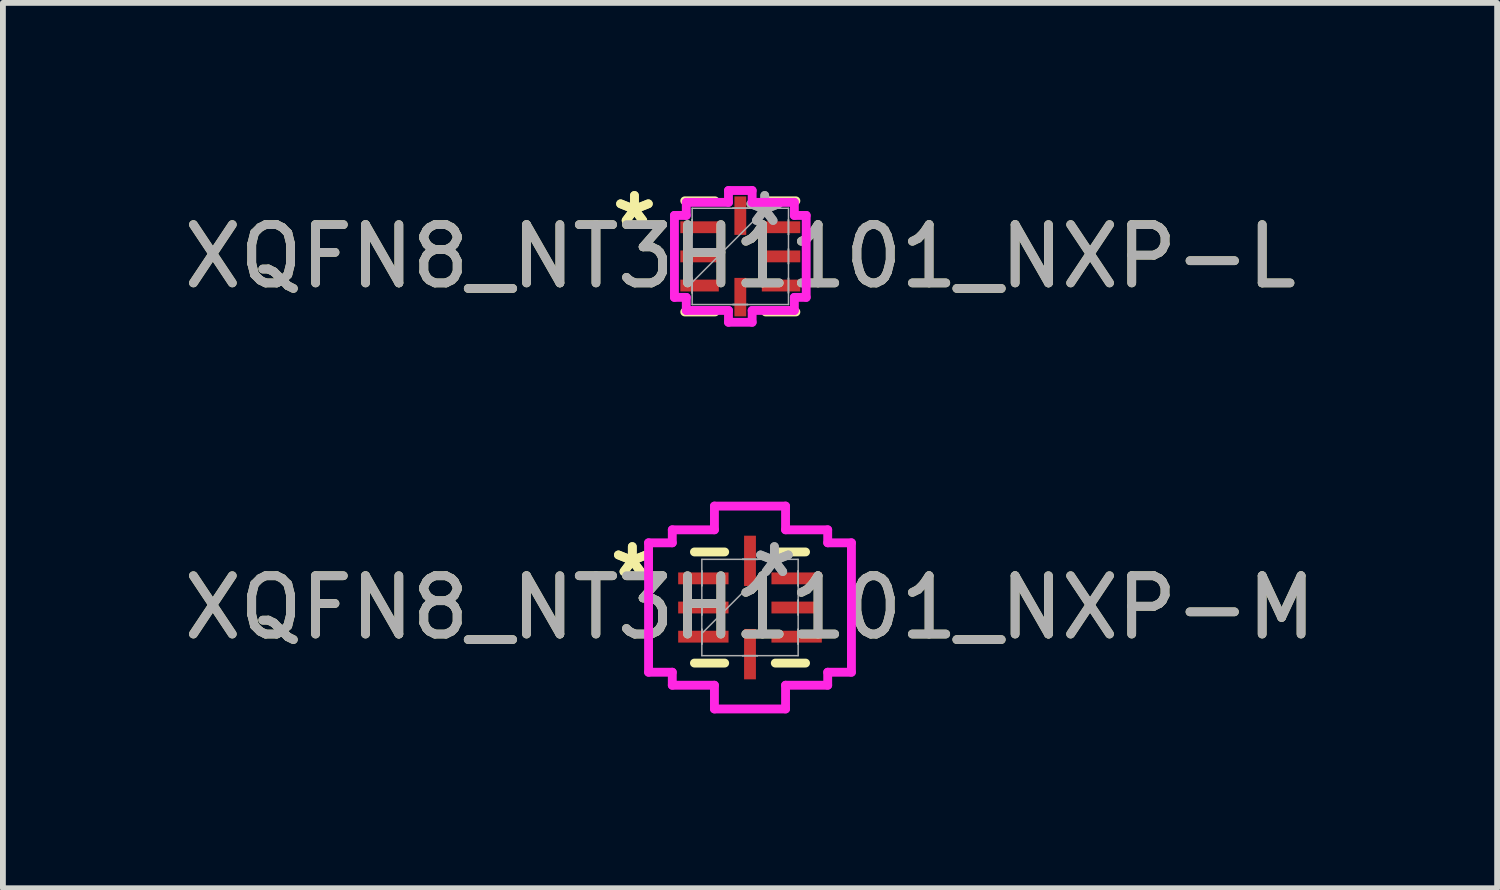
<source format=kicad_pcb>
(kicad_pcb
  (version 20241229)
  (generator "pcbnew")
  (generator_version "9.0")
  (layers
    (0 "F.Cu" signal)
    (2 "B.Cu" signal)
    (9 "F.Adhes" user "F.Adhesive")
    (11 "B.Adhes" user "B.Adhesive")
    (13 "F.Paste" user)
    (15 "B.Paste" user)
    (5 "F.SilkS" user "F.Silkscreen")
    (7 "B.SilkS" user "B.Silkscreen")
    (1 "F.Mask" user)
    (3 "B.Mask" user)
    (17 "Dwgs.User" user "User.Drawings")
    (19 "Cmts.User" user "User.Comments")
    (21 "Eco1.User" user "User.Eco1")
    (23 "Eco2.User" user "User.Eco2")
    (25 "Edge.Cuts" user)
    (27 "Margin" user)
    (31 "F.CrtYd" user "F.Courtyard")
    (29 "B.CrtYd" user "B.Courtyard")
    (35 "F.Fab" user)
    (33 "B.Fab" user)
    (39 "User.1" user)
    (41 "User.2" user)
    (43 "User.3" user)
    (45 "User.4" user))
  (footprint "XQFN8_NT3H1101_NXP-M"
    (layer "F.Cu")
    (at 9.815 7.371)
    (property "Reference" "XQFN8_NT3H1101_NXP-M" (at 0 0 0) (unlocked yes) (layer "F.SilkS") (effects (font (size 1 1) (thickness 0.15))))
    (attr smd)
    (fp_line (start -0.953 0.953) (end -0.434 0.953) (stroke (width 0.152) (type solid)) (layer "F.SilkS"))
    (fp_line (start -0.434 -0.953) (end -0.953 -0.953) (stroke (width 0.152) (type solid)) (layer "F.SilkS"))
    (fp_line (start 0.434 0.953) (end 0.953 0.953) (stroke (width 0.152) (type solid)) (layer "F.SilkS"))
    (fp_line (start 0.953 -0.953) (end 0.434 -0.953) (stroke (width 0.152) (type solid)) (layer "F.SilkS"))
    (fp_line (start -1.74 -1.11) (end -1.333 -1.11) (stroke (width 0.152) (type solid)) (layer "F.CrtYd"))
    (fp_line (start -1.74 1.11) (end -1.74 -1.11) (stroke (width 0.152) (type solid)) (layer "F.CrtYd"))
    (fp_line (start -1.333 -1.333) (end -0.61 -1.333) (stroke (width 0.152) (type solid)) (layer "F.CrtYd"))
    (fp_line (start -1.333 -1.11) (end -1.333 -1.333) (stroke (width 0.152) (type solid)) (layer "F.CrtYd"))
    (fp_line (start -1.333 1.11) (end -1.74 1.11) (stroke (width 0.152) (type solid)) (layer "F.CrtYd"))
    (fp_line (start -1.333 1.333) (end -1.333 1.11) (stroke (width 0.152) (type solid)) (layer "F.CrtYd"))
    (fp_line (start -0.61 -1.74) (end 0.61 -1.74) (stroke (width 0.152) (type solid)) (layer "F.CrtYd"))
    (fp_line (start -0.61 -1.333) (end -0.61 -1.74) (stroke (width 0.152) (type solid)) (layer "F.CrtYd"))
    (fp_line (start -0.61 1.333) (end -1.333 1.333) (stroke (width 0.152) (type solid)) (layer "F.CrtYd"))
    (fp_line (start -0.61 1.74) (end -0.61 1.333) (stroke (width 0.152) (type solid)) (layer "F.CrtYd"))
    (fp_line (start 0.61 -1.74) (end 0.61 -1.333) (stroke (width 0.152) (type solid)) (layer "F.CrtYd"))
    (fp_line (start 0.61 -1.333) (end 1.333 -1.333) (stroke (width 0.152) (type solid)) (layer "F.CrtYd"))
    (fp_line (start 0.61 1.333) (end 0.61 1.74) (stroke (width 0.152) (type solid)) (layer "F.CrtYd"))
    (fp_line (start 0.61 1.74) (end -0.61 1.74) (stroke (width 0.152) (type solid)) (layer "F.CrtYd"))
    (fp_line (start 1.333 -1.333) (end 1.333 -1.11) (stroke (width 0.152) (type solid)) (layer "F.CrtYd"))
    (fp_line (start 1.333 -1.11) (end 1.74 -1.11) (stroke (width 0.152) (type solid)) (layer "F.CrtYd"))
    (fp_line (start 1.333 1.11) (end 1.333 1.333) (stroke (width 0.152) (type solid)) (layer "F.CrtYd"))
    (fp_line (start 1.333 1.333) (end 0.61 1.333) (stroke (width 0.152) (type solid)) (layer "F.CrtYd"))
    (fp_line (start 1.74 -1.11) (end 1.74 1.11) (stroke (width 0.152) (type solid)) (layer "F.CrtYd"))
    (fp_line (start 1.74 1.11) (end 1.333 1.11) (stroke (width 0.152) (type solid)) (layer "F.CrtYd"))
    (fp_line (start -0.826 -0.826) (end -0.826 0.826) (stroke (width 0.025) (type solid)) (layer "F.Fab"))
    (fp_line (start -0.826 -0.627) (end -0.826 -0.627) (stroke (width 0.025) (type solid)) (layer "F.Fab"))
    (fp_line (start -0.826 -0.627) (end -0.826 -0.373) (stroke (width 0.025) (type solid)) (layer "F.Fab"))
    (fp_line (start -0.826 -0.373) (end -0.826 -0.627) (stroke (width 0.025) (type solid)) (layer "F.Fab"))
    (fp_line (start -0.826 -0.373) (end -0.826 -0.373) (stroke (width 0.025) (type solid)) (layer "F.Fab"))
    (fp_line (start -0.826 -0.127) (end -0.826 -0.127) (stroke (width 0.025) (type solid)) (layer "F.Fab"))
    (fp_line (start -0.826 -0.127) (end -0.826 0.127) (stroke (width 0.025) (type solid)) (layer "F.Fab"))
    (fp_line (start -0.826 0.127) (end -0.826 -0.127) (stroke (width 0.025) (type solid)) (layer "F.Fab"))
    (fp_line (start -0.826 0.127) (end -0.826 0.127) (stroke (width 0.025) (type solid)) (layer "F.Fab"))
    (fp_line (start -0.826 0.373) (end -0.826 0.373) (stroke (width 0.025) (type solid)) (layer "F.Fab"))
    (fp_line (start -0.826 0.373) (end -0.826 0.627) (stroke (width 0.025) (type solid)) (layer "F.Fab"))
    (fp_line (start -0.826 0.445) (end 0.445 -0.826) (stroke (width 0.025) (type solid)) (layer "F.Fab"))
    (fp_line (start -0.826 0.627) (end -0.826 0.373) (stroke (width 0.025) (type solid)) (layer "F.Fab"))
    (fp_line (start -0.826 0.627) (end -0.826 0.627) (stroke (width 0.025) (type solid)) (layer "F.Fab"))
    (fp_line (start -0.826 0.826) (end 0.826 0.826) (stroke (width 0.025) (type solid)) (layer "F.Fab"))
    (fp_line (start -0.127 -0.826) (end -0.127 -0.826) (stroke (width 0.025) (type solid)) (layer "F.Fab"))
    (fp_line (start -0.127 -0.826) (end 0.127 -0.826) (stroke (width 0.025) (type solid)) (layer "F.Fab"))
    (fp_line (start -0.127 0.826) (end -0.127 0.826) (stroke (width 0.025) (type solid)) (layer "F.Fab"))
    (fp_line (start -0.127 0.826) (end 0.127 0.826) (stroke (width 0.025) (type solid)) (layer "F.Fab"))
    (fp_line (start 0.127 -0.826) (end -0.127 -0.826) (stroke (width 0.025) (type solid)) (layer "F.Fab"))
    (fp_line (start 0.127 -0.826) (end 0.127 -0.826) (stroke (width 0.025) (type solid)) (layer "F.Fab"))
    (fp_line (start 0.127 0.826) (end -0.127 0.826) (stroke (width 0.025) (type solid)) (layer "F.Fab"))
    (fp_line (start 0.127 0.826) (end 0.127 0.826) (stroke (width 0.025) (type solid)) (layer "F.Fab"))
    (fp_line (start 0.826 -0.826) (end -0.826 -0.826) (stroke (width 0.025) (type solid)) (layer "F.Fab"))
    (fp_line (start 0.826 -0.627) (end 0.826 -0.627) (stroke (width 0.025) (type solid)) (layer "F.Fab"))
    (fp_line (start 0.826 -0.627) (end 0.826 -0.373) (stroke (width 0.025) (type solid)) (layer "F.Fab"))
    (fp_line (start 0.826 -0.373) (end 0.826 -0.627) (stroke (width 0.025) (type solid)) (layer "F.Fab"))
    (fp_line (start 0.826 -0.373) (end 0.826 -0.373) (stroke (width 0.025) (type solid)) (layer "F.Fab"))
    (fp_line (start 0.826 -0.127) (end 0.826 -0.127) (stroke (width 0.025) (type solid)) (layer "F.Fab"))
    (fp_line (start 0.826 -0.127) (end 0.826 0.127) (stroke (width 0.025) (type solid)) (layer "F.Fab"))
    (fp_line (start 0.826 0.127) (end 0.826 -0.127) (stroke (width 0.025) (type solid)) (layer "F.Fab"))
    (fp_line (start 0.826 0.127) (end 0.826 0.127) (stroke (width 0.025) (type solid)) (layer "F.Fab"))
    (fp_line (start 0.826 0.373) (end 0.826 0.373) (stroke (width 0.025) (type solid)) (layer "F.Fab"))
    (fp_line (start 0.826 0.373) (end 0.826 0.627) (stroke (width 0.025) (type solid)) (layer "F.Fab"))
    (fp_line (start 0.826 0.627) (end 0.826 0.373) (stroke (width 0.025) (type solid)) (layer "F.Fab"))
    (fp_line (start 0.826 0.627) (end 0.826 0.627) (stroke (width 0.025) (type solid)) (layer "F.Fab"))
    (fp_line (start 0.826 0.826) (end 0.826 -0.826) (stroke (width 0.025) (type solid)) (layer "F.Fab"))
    (fp_text user "*" (at -2.019 -0.5 0) (layer "F.SilkS") (effects (font (size 1 1) (thickness 0.15))))
    (fp_text user "*" (at -2.019 -0.5 0) (unlocked yes) (layer "F.SilkS") (effects (font (size 1 1) (thickness 0.15))))
    (fp_text user "${REFERENCE}" (at 0 0 0) (unlocked yes) (layer "F.Fab") (effects (font (size 1 1) (thickness 0.15))))
    (fp_text user "*" (at 0.419 -0.5 0) (layer "F.Fab") (effects (font (size 1 1) (thickness 0.15))))
    (fp_text user "*" (at 0.419 -0.5 0) (unlocked yes) (layer "F.Fab") (effects (font (size 1 1) (thickness 0.15))))
    (pad "1" smd rect (at -0.8 -0.5 90) (size 0.203 0.864) (layers "F.Cu" "F.Mask" "F.Paste"))
    (pad "2" smd rect (at -0.8 0 90) (size 0.203 0.864) (layers "F.Cu" "F.Mask" "F.Paste"))
    (pad "3" smd rect (at -0.8 0.5 90) (size 0.203 0.864) (layers "F.Cu" "F.Mask" "F.Paste"))
    (pad "4" smd rect (at 0 0.8) (size 0.203 0.864) (layers "F.Cu" "F.Mask" "F.Paste"))
    (pad "5" smd rect (at 0.8 0.5 90) (size 0.203 0.864) (layers "F.Cu" "F.Mask" "F.Paste"))
    (pad "6" smd rect (at 0.8 0 90) (size 0.203 0.864) (layers "F.Cu" "F.Mask" "F.Paste"))
    (pad "7" smd rect (at 0.8 -0.5 90) (size 0.203 0.864) (layers "F.Cu" "F.Mask" "F.Paste"))
    (pad "8" smd rect (at 0 -0.8) (size 0.203 0.864) (layers "F.Cu" "F.Mask" "F.Paste")))
  (footprint "XQFN8_NT3H1101_NXP-L"
    (layer "F.Cu")
    (at 9.649 1.348)
    (property "Reference" "XQFN8_NT3H1101_NXP-L" (at 0 0 0) (unlocked yes) (layer "F.SilkS") (effects (font (size 1 1) (thickness 0.15))))
    (attr smd)
    (fp_line (start -0.953 0.953) (end -0.434 0.953) (stroke (width 0.152) (type solid)) (layer "F.SilkS"))
    (fp_line (start -0.434 -0.953) (end -0.953 -0.953) (stroke (width 0.152) (type solid)) (layer "F.SilkS"))
    (fp_line (start 0.434 0.953) (end 0.953 0.953) (stroke (width 0.152) (type solid)) (layer "F.SilkS"))
    (fp_line (start 0.953 -0.953) (end 0.434 -0.953) (stroke (width 0.152) (type solid)) (layer "F.SilkS"))
    (fp_line (start -1.13 -0.703) (end -0.927 -0.703) (stroke (width 0.152) (type solid)) (layer "F.CrtYd"))
    (fp_line (start -1.13 0.703) (end -1.13 -0.703) (stroke (width 0.152) (type solid)) (layer "F.CrtYd"))
    (fp_line (start -0.927 -0.927) (end -0.203 -0.927) (stroke (width 0.152) (type solid)) (layer "F.CrtYd"))
    (fp_line (start -0.927 -0.703) (end -0.927 -0.927) (stroke (width 0.152) (type solid)) (layer "F.CrtYd"))
    (fp_line (start -0.927 0.703) (end -1.13 0.703) (stroke (width 0.152) (type solid)) (layer "F.CrtYd"))
    (fp_line (start -0.927 0.927) (end -0.927 0.703) (stroke (width 0.152) (type solid)) (layer "F.CrtYd"))
    (fp_line (start -0.203 -1.13) (end 0.203 -1.13) (stroke (width 0.152) (type solid)) (layer "F.CrtYd"))
    (fp_line (start -0.203 -0.927) (end -0.203 -1.13) (stroke (width 0.152) (type solid)) (layer "F.CrtYd"))
    (fp_line (start -0.203 0.927) (end -0.927 0.927) (stroke (width 0.152) (type solid)) (layer "F.CrtYd"))
    (fp_line (start -0.203 1.13) (end -0.203 0.927) (stroke (width 0.152) (type solid)) (layer "F.CrtYd"))
    (fp_line (start 0.203 -1.13) (end 0.203 -0.927) (stroke (width 0.152) (type solid)) (layer "F.CrtYd"))
    (fp_line (start 0.203 -0.927) (end 0.927 -0.927) (stroke (width 0.152) (type solid)) (layer "F.CrtYd"))
    (fp_line (start 0.203 0.927) (end 0.203 1.13) (stroke (width 0.152) (type solid)) (layer "F.CrtYd"))
    (fp_line (start 0.203 1.13) (end -0.203 1.13) (stroke (width 0.152) (type solid)) (layer "F.CrtYd"))
    (fp_line (start 0.927 -0.927) (end 0.927 -0.703) (stroke (width 0.152) (type solid)) (layer "F.CrtYd"))
    (fp_line (start 0.927 -0.703) (end 1.13 -0.703) (stroke (width 0.152) (type solid)) (layer "F.CrtYd"))
    (fp_line (start 0.927 0.703) (end 0.927 0.927) (stroke (width 0.152) (type solid)) (layer "F.CrtYd"))
    (fp_line (start 0.927 0.927) (end 0.203 0.927) (stroke (width 0.152) (type solid)) (layer "F.CrtYd"))
    (fp_line (start 1.13 -0.703) (end 1.13 0.703) (stroke (width 0.152) (type solid)) (layer "F.CrtYd"))
    (fp_line (start 1.13 0.703) (end 0.927 0.703) (stroke (width 0.152) (type solid)) (layer "F.CrtYd"))
    (fp_line (start -0.826 -0.826) (end -0.826 0.826) (stroke (width 0.025) (type solid)) (layer "F.Fab"))
    (fp_line (start -0.826 -0.627) (end -0.826 -0.627) (stroke (width 0.025) (type solid)) (layer "F.Fab"))
    (fp_line (start -0.826 -0.627) (end -0.826 -0.373) (stroke (width 0.025) (type solid)) (layer "F.Fab"))
    (fp_line (start -0.826 -0.373) (end -0.826 -0.627) (stroke (width 0.025) (type solid)) (layer "F.Fab"))
    (fp_line (start -0.826 -0.373) (end -0.826 -0.373) (stroke (width 0.025) (type solid)) (layer "F.Fab"))
    (fp_line (start -0.826 -0.127) (end -0.826 -0.127) (stroke (width 0.025) (type solid)) (layer "F.Fab"))
    (fp_line (start -0.826 -0.127) (end -0.826 0.127) (stroke (width 0.025) (type solid)) (layer "F.Fab"))
    (fp_line (start -0.826 0.127) (end -0.826 -0.127) (stroke (width 0.025) (type solid)) (layer "F.Fab"))
    (fp_line (start -0.826 0.127) (end -0.826 0.127) (stroke (width 0.025) (type solid)) (layer "F.Fab"))
    (fp_line (start -0.826 0.373) (end -0.826 0.373) (stroke (width 0.025) (type solid)) (layer "F.Fab"))
    (fp_line (start -0.826 0.373) (end -0.826 0.627) (stroke (width 0.025) (type solid)) (layer "F.Fab"))
    (fp_line (start -0.826 0.445) (end 0.445 -0.826) (stroke (width 0.025) (type solid)) (layer "F.Fab"))
    (fp_line (start -0.826 0.627) (end -0.826 0.373) (stroke (width 0.025) (type solid)) (layer "F.Fab"))
    (fp_line (start -0.826 0.627) (end -0.826 0.627) (stroke (width 0.025) (type solid)) (layer "F.Fab"))
    (fp_line (start -0.826 0.826) (end 0.826 0.826) (stroke (width 0.025) (type solid)) (layer "F.Fab"))
    (fp_line (start -0.127 -0.826) (end -0.127 -0.826) (stroke (width 0.025) (type solid)) (layer "F.Fab"))
    (fp_line (start -0.127 -0.826) (end 0.127 -0.826) (stroke (width 0.025) (type solid)) (layer "F.Fab"))
    (fp_line (start -0.127 0.826) (end -0.127 0.826) (stroke (width 0.025) (type solid)) (layer "F.Fab"))
    (fp_line (start -0.127 0.826) (end 0.127 0.826) (stroke (width 0.025) (type solid)) (layer "F.Fab"))
    (fp_line (start 0.127 -0.826) (end -0.127 -0.826) (stroke (width 0.025) (type solid)) (layer "F.Fab"))
    (fp_line (start 0.127 -0.826) (end 0.127 -0.826) (stroke (width 0.025) (type solid)) (layer "F.Fab"))
    (fp_line (start 0.127 0.826) (end -0.127 0.826) (stroke (width 0.025) (type solid)) (layer "F.Fab"))
    (fp_line (start 0.127 0.826) (end 0.127 0.826) (stroke (width 0.025) (type solid)) (layer "F.Fab"))
    (fp_line (start 0.826 -0.826) (end -0.826 -0.826) (stroke (width 0.025) (type solid)) (layer "F.Fab"))
    (fp_line (start 0.826 -0.627) (end 0.826 -0.627) (stroke (width 0.025) (type solid)) (layer "F.Fab"))
    (fp_line (start 0.826 -0.627) (end 0.826 -0.373) (stroke (width 0.025) (type solid)) (layer "F.Fab"))
    (fp_line (start 0.826 -0.373) (end 0.826 -0.627) (stroke (width 0.025) (type solid)) (layer "F.Fab"))
    (fp_line (start 0.826 -0.373) (end 0.826 -0.373) (stroke (width 0.025) (type solid)) (layer "F.Fab"))
    (fp_line (start 0.826 -0.127) (end 0.826 -0.127) (stroke (width 0.025) (type solid)) (layer "F.Fab"))
    (fp_line (start 0.826 -0.127) (end 0.826 0.127) (stroke (width 0.025) (type solid)) (layer "F.Fab"))
    (fp_line (start 0.826 0.127) (end 0.826 -0.127) (stroke (width 0.025) (type solid)) (layer "F.Fab"))
    (fp_line (start 0.826 0.127) (end 0.826 0.127) (stroke (width 0.025) (type solid)) (layer "F.Fab"))
    (fp_line (start 0.826 0.373) (end 0.826 0.373) (stroke (width 0.025) (type solid)) (layer "F.Fab"))
    (fp_line (start 0.826 0.373) (end 0.826 0.627) (stroke (width 0.025) (type solid)) (layer "F.Fab"))
    (fp_line (start 0.826 0.627) (end 0.826 0.373) (stroke (width 0.025) (type solid)) (layer "F.Fab"))
    (fp_line (start 0.826 0.627) (end 0.826 0.627) (stroke (width 0.025) (type solid)) (layer "F.Fab"))
    (fp_line (start 0.826 0.826) (end 0.826 -0.826) (stroke (width 0.025) (type solid)) (layer "F.Fab"))
    (fp_text user "*" (at -1.816 -0.5 0) (unlocked yes) (layer "F.SilkS") (effects (font (size 1 1) (thickness 0.15))))
    (fp_text user "*" (at -1.816 -0.5 0) (layer "F.SilkS") (effects (font (size 1 1) (thickness 0.15))))
    (fp_text user "*" (at 0.419 -0.5 0) (unlocked yes) (layer "F.Fab") (effects (font (size 1 1) (thickness 0.15))))
    (fp_text user "*" (at 0.419 -0.5 0) (layer "F.Fab") (effects (font (size 1 1) (thickness 0.15))))
    (fp_text user "${REFERENCE}" (at 0 0 0) (unlocked yes) (layer "F.Fab") (effects (font (size 1 1) (thickness 0.15))))
    (pad "1" smd rect (at -0.699 -0.5 90) (size 0.203 0.66) (layers "F.Cu" "F.Mask" "F.Paste"))
    (pad "2" smd rect (at -0.699 0 90) (size 0.203 0.66) (layers "F.Cu" "F.Mask" "F.Paste"))
    (pad "3" smd rect (at -0.699 0.5 90) (size 0.203 0.66) (layers "F.Cu" "F.Mask" "F.Paste"))
    (pad "4" smd rect (at 0 0.699) (size 0.203 0.66) (layers "F.Cu" "F.Mask" "F.Paste"))
    (pad "5" smd rect (at 0.699 0.5 90) (size 0.203 0.66) (layers "F.Cu" "F.Mask" "F.Paste"))
    (pad "6" smd rect (at 0.699 0 90) (size 0.203 0.66) (layers "F.Cu" "F.Mask" "F.Paste"))
    (pad "7" smd rect (at 0.699 -0.5 90) (size 0.203 0.66) (layers "F.Cu" "F.Mask" "F.Paste"))
    (pad "8" smd rect (at 0 -0.699) (size 0.203 0.66) (layers "F.Cu" "F.Mask" "F.Paste")))
  (gr_rect
    (start -3 -3)
    (end 22.631 12.187)
    (stroke (width 0.1) (type default))
    (fill no)
    (layer "Edge.Cuts")))
</source>
